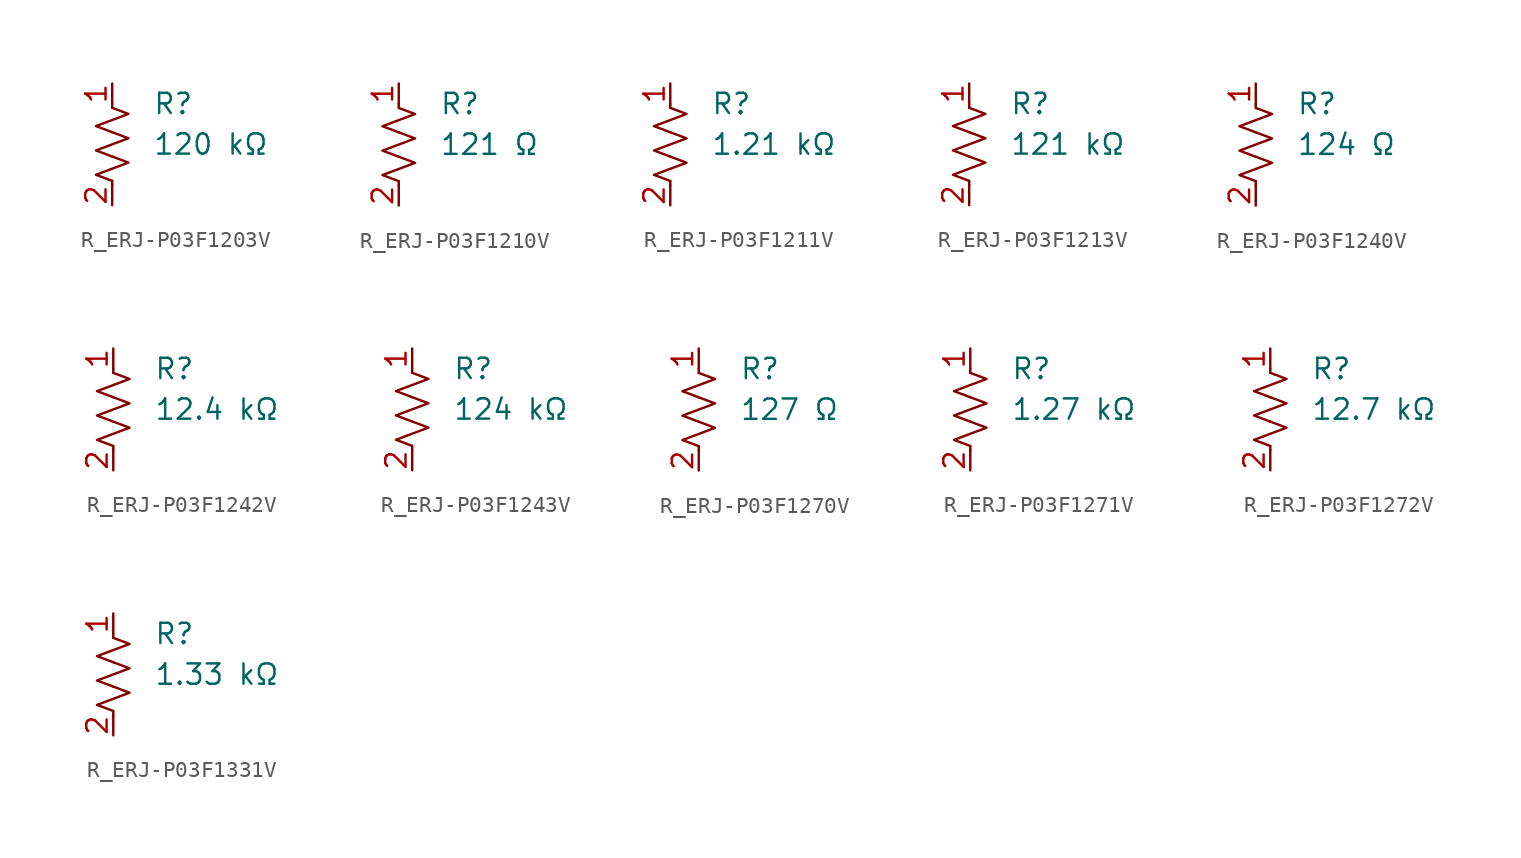
<source format=kicad_sym>
(kicad_symbol_lib
  (version 20231120)
  (generator "kicad_symbol_editor")
  (generator_version "8.0")
  (symbol "R_ERJ-P03F1203V"
    (pin_names
      (offset 0.254))
    (property "Value" "120 kΩ"
      (at 2.54 0 0)
      (effects (font (size 1.27 1.27)) (justify left)))
    (property "Reference" "R"
      (at 2.54 2.54 0)
      (effects (font (size 1.27 1.27)) (justify left)))
    (symbol "R_ERJ-P03F1203V_0_1"
      (polyline (pts (xy 0 -2.286) (xy 0 -2.54)) (stroke (width 0) (type default)) (fill (type none)))
      (polyline (pts (xy 0 2.286) (xy 0 2.54)) (stroke (width 0) (type default)) (fill (type none)))
      (polyline (pts (xy 0 -0.762) (xy 1.016 -1.143) (xy 0 -1.524) (xy -1.016 -1.905) (xy 0 -2.286)) (stroke (width 0) (type default)) (fill (type none)))
      (polyline (pts (xy 0 0.762) (xy 1.016 0.381) (xy 0 0) (xy -1.016 -0.381) (xy 0 -0.762)) (stroke (width 0) (type default)) (fill (type none)))
      (polyline (pts (xy 0 2.286) (xy 1.016 1.905) (xy 0 1.524) (xy -1.016 1.143) (xy 0 0.762)) (stroke (width 0) (type default)) (fill (type none))))
    (symbol "R_ERJ-P03F1203V_1_1"
      (pin passive line (at 0 3.81 270) (length 1.27) (name "~" (effects (font (size 1.27 1.27)))) (number "1" (effects (font (size 1.27 1.27)))))
      (pin passive line (at 0 -3.81 90) (length 1.27) (name "~" (effects (font (size 1.27 1.27)))) (number "2" (effects (font (size 1.27 1.27)))))))
  (symbol "R_ERJ-P03F1210V"
    (pin_names
      (offset 0.254))
    (property "Value" "121 Ω"
      (at 2.54 0 0)
      (effects (font (size 1.27 1.27)) (justify left)))
    (property "Reference" "R"
      (at 2.54 2.54 0)
      (effects (font (size 1.27 1.27)) (justify left)))
    (symbol "R_ERJ-P03F1210V_0_1"
      (polyline (pts (xy 0 -2.286) (xy 0 -2.54)) (stroke (width 0) (type default)) (fill (type none)))
      (polyline (pts (xy 0 2.286) (xy 0 2.54)) (stroke (width 0) (type default)) (fill (type none)))
      (polyline (pts (xy 0 -0.762) (xy 1.016 -1.143) (xy 0 -1.524) (xy -1.016 -1.905) (xy 0 -2.286)) (stroke (width 0) (type default)) (fill (type none)))
      (polyline (pts (xy 0 0.762) (xy 1.016 0.381) (xy 0 0) (xy -1.016 -0.381) (xy 0 -0.762)) (stroke (width 0) (type default)) (fill (type none)))
      (polyline (pts (xy 0 2.286) (xy 1.016 1.905) (xy 0 1.524) (xy -1.016 1.143) (xy 0 0.762)) (stroke (width 0) (type default)) (fill (type none))))
    (symbol "R_ERJ-P03F1210V_1_1"
      (pin passive line (at 0 3.81 270) (length 1.27) (name "~" (effects (font (size 1.27 1.27)))) (number "1" (effects (font (size 1.27 1.27)))))
      (pin passive line (at 0 -3.81 90) (length 1.27) (name "~" (effects (font (size 1.27 1.27)))) (number "2" (effects (font (size 1.27 1.27)))))))
  (symbol "R_ERJ-P03F1211V"
    (pin_names
      (offset 0.254))
    (property "Value" "1.21 kΩ"
      (at 2.54 0 0)
      (effects (font (size 1.27 1.27)) (justify left)))
    (property "Reference" "R"
      (at 2.54 2.54 0)
      (effects (font (size 1.27 1.27)) (justify left)))
    (symbol "R_ERJ-P03F1211V_0_1"
      (polyline (pts (xy 0 -2.286) (xy 0 -2.54)) (stroke (width 0) (type default)) (fill (type none)))
      (polyline (pts (xy 0 2.286) (xy 0 2.54)) (stroke (width 0) (type default)) (fill (type none)))
      (polyline (pts (xy 0 -0.762) (xy 1.016 -1.143) (xy 0 -1.524) (xy -1.016 -1.905) (xy 0 -2.286)) (stroke (width 0) (type default)) (fill (type none)))
      (polyline (pts (xy 0 0.762) (xy 1.016 0.381) (xy 0 0) (xy -1.016 -0.381) (xy 0 -0.762)) (stroke (width 0) (type default)) (fill (type none)))
      (polyline (pts (xy 0 2.286) (xy 1.016 1.905) (xy 0 1.524) (xy -1.016 1.143) (xy 0 0.762)) (stroke (width 0) (type default)) (fill (type none))))
    (symbol "R_ERJ-P03F1211V_1_1"
      (pin passive line (at 0 3.81 270) (length 1.27) (name "~" (effects (font (size 1.27 1.27)))) (number "1" (effects (font (size 1.27 1.27)))))
      (pin passive line (at 0 -3.81 90) (length 1.27) (name "~" (effects (font (size 1.27 1.27)))) (number "2" (effects (font (size 1.27 1.27)))))))
  (symbol "R_ERJ-P03F1213V"
    (pin_names
      (offset 0.254))
    (property "Value" "121 kΩ"
      (at 2.54 0 0)
      (effects (font (size 1.27 1.27)) (justify left)))
    (property "Reference" "R"
      (at 2.54 2.54 0)
      (effects (font (size 1.27 1.27)) (justify left)))
    (symbol "R_ERJ-P03F1213V_0_1"
      (polyline (pts (xy 0 -2.286) (xy 0 -2.54)) (stroke (width 0) (type default)) (fill (type none)))
      (polyline (pts (xy 0 2.286) (xy 0 2.54)) (stroke (width 0) (type default)) (fill (type none)))
      (polyline (pts (xy 0 -0.762) (xy 1.016 -1.143) (xy 0 -1.524) (xy -1.016 -1.905) (xy 0 -2.286)) (stroke (width 0) (type default)) (fill (type none)))
      (polyline (pts (xy 0 0.762) (xy 1.016 0.381) (xy 0 0) (xy -1.016 -0.381) (xy 0 -0.762)) (stroke (width 0) (type default)) (fill (type none)))
      (polyline (pts (xy 0 2.286) (xy 1.016 1.905) (xy 0 1.524) (xy -1.016 1.143) (xy 0 0.762)) (stroke (width 0) (type default)) (fill (type none))))
    (symbol "R_ERJ-P03F1213V_1_1"
      (pin passive line (at 0 3.81 270) (length 1.27) (name "~" (effects (font (size 1.27 1.27)))) (number "1" (effects (font (size 1.27 1.27)))))
      (pin passive line (at 0 -3.81 90) (length 1.27) (name "~" (effects (font (size 1.27 1.27)))) (number "2" (effects (font (size 1.27 1.27)))))))
  (symbol "R_ERJ-P03F1240V"
    (pin_names
      (offset 0.254))
    (property "Value" "124 Ω"
      (at 2.54 0 0)
      (effects (font (size 1.27 1.27)) (justify left)))
    (property "Reference" "R"
      (at 2.54 2.54 0)
      (effects (font (size 1.27 1.27)) (justify left)))
    (symbol "R_ERJ-P03F1240V_0_1"
      (polyline (pts (xy 0 -2.286) (xy 0 -2.54)) (stroke (width 0) (type default)) (fill (type none)))
      (polyline (pts (xy 0 2.286) (xy 0 2.54)) (stroke (width 0) (type default)) (fill (type none)))
      (polyline (pts (xy 0 -0.762) (xy 1.016 -1.143) (xy 0 -1.524) (xy -1.016 -1.905) (xy 0 -2.286)) (stroke (width 0) (type default)) (fill (type none)))
      (polyline (pts (xy 0 0.762) (xy 1.016 0.381) (xy 0 0) (xy -1.016 -0.381) (xy 0 -0.762)) (stroke (width 0) (type default)) (fill (type none)))
      (polyline (pts (xy 0 2.286) (xy 1.016 1.905) (xy 0 1.524) (xy -1.016 1.143) (xy 0 0.762)) (stroke (width 0) (type default)) (fill (type none))))
    (symbol "R_ERJ-P03F1240V_1_1"
      (pin passive line (at 0 3.81 270) (length 1.27) (name "~" (effects (font (size 1.27 1.27)))) (number "1" (effects (font (size 1.27 1.27)))))
      (pin passive line (at 0 -3.81 90) (length 1.27) (name "~" (effects (font (size 1.27 1.27)))) (number "2" (effects (font (size 1.27 1.27)))))))
  (symbol "R_ERJ-P03F1242V"
    (pin_names
      (offset 0.254))
    (property "Value" "12.4 kΩ"
      (at 2.54 0 0)
      (effects (font (size 1.27 1.27)) (justify left)))
    (property "Reference" "R"
      (at 2.54 2.54 0)
      (effects (font (size 1.27 1.27)) (justify left)))
    (symbol "R_ERJ-P03F1242V_0_1"
      (polyline (pts (xy 0 -2.286) (xy 0 -2.54)) (stroke (width 0) (type default)) (fill (type none)))
      (polyline (pts (xy 0 2.286) (xy 0 2.54)) (stroke (width 0) (type default)) (fill (type none)))
      (polyline (pts (xy 0 -0.762) (xy 1.016 -1.143) (xy 0 -1.524) (xy -1.016 -1.905) (xy 0 -2.286)) (stroke (width 0) (type default)) (fill (type none)))
      (polyline (pts (xy 0 0.762) (xy 1.016 0.381) (xy 0 0) (xy -1.016 -0.381) (xy 0 -0.762)) (stroke (width 0) (type default)) (fill (type none)))
      (polyline (pts (xy 0 2.286) (xy 1.016 1.905) (xy 0 1.524) (xy -1.016 1.143) (xy 0 0.762)) (stroke (width 0) (type default)) (fill (type none))))
    (symbol "R_ERJ-P03F1242V_1_1"
      (pin passive line (at 0 3.81 270) (length 1.27) (name "~" (effects (font (size 1.27 1.27)))) (number "1" (effects (font (size 1.27 1.27)))))
      (pin passive line (at 0 -3.81 90) (length 1.27) (name "~" (effects (font (size 1.27 1.27)))) (number "2" (effects (font (size 1.27 1.27)))))))
  (symbol "R_ERJ-P03F1243V"
    (pin_names
      (offset 0.254))
    (property "Value" "124 kΩ"
      (at 2.54 0 0)
      (effects (font (size 1.27 1.27)) (justify left)))
    (property "Reference" "R"
      (at 2.54 2.54 0)
      (effects (font (size 1.27 1.27)) (justify left)))
    (symbol "R_ERJ-P03F1243V_0_1"
      (polyline (pts (xy 0 -2.286) (xy 0 -2.54)) (stroke (width 0) (type default)) (fill (type none)))
      (polyline (pts (xy 0 2.286) (xy 0 2.54)) (stroke (width 0) (type default)) (fill (type none)))
      (polyline (pts (xy 0 -0.762) (xy 1.016 -1.143) (xy 0 -1.524) (xy -1.016 -1.905) (xy 0 -2.286)) (stroke (width 0) (type default)) (fill (type none)))
      (polyline (pts (xy 0 0.762) (xy 1.016 0.381) (xy 0 0) (xy -1.016 -0.381) (xy 0 -0.762)) (stroke (width 0) (type default)) (fill (type none)))
      (polyline (pts (xy 0 2.286) (xy 1.016 1.905) (xy 0 1.524) (xy -1.016 1.143) (xy 0 0.762)) (stroke (width 0) (type default)) (fill (type none))))
    (symbol "R_ERJ-P03F1243V_1_1"
      (pin passive line (at 0 3.81 270) (length 1.27) (name "~" (effects (font (size 1.27 1.27)))) (number "1" (effects (font (size 1.27 1.27)))))
      (pin passive line (at 0 -3.81 90) (length 1.27) (name "~" (effects (font (size 1.27 1.27)))) (number "2" (effects (font (size 1.27 1.27)))))))
  (symbol "R_ERJ-P03F1270V"
    (pin_names
      (offset 0.254))
    (property "Value" "127 Ω"
      (at 2.54 0 0)
      (effects (font (size 1.27 1.27)) (justify left)))
    (property "Reference" "R"
      (at 2.54 2.54 0)
      (effects (font (size 1.27 1.27)) (justify left)))
    (symbol "R_ERJ-P03F1270V_0_1"
      (polyline (pts (xy 0 -2.286) (xy 0 -2.54)) (stroke (width 0) (type default)) (fill (type none)))
      (polyline (pts (xy 0 2.286) (xy 0 2.54)) (stroke (width 0) (type default)) (fill (type none)))
      (polyline (pts (xy 0 -0.762) (xy 1.016 -1.143) (xy 0 -1.524) (xy -1.016 -1.905) (xy 0 -2.286)) (stroke (width 0) (type default)) (fill (type none)))
      (polyline (pts (xy 0 0.762) (xy 1.016 0.381) (xy 0 0) (xy -1.016 -0.381) (xy 0 -0.762)) (stroke (width 0) (type default)) (fill (type none)))
      (polyline (pts (xy 0 2.286) (xy 1.016 1.905) (xy 0 1.524) (xy -1.016 1.143) (xy 0 0.762)) (stroke (width 0) (type default)) (fill (type none))))
    (symbol "R_ERJ-P03F1270V_1_1"
      (pin passive line (at 0 3.81 270) (length 1.27) (name "~" (effects (font (size 1.27 1.27)))) (number "1" (effects (font (size 1.27 1.27)))))
      (pin passive line (at 0 -3.81 90) (length 1.27) (name "~" (effects (font (size 1.27 1.27)))) (number "2" (effects (font (size 1.27 1.27)))))))
  (symbol "R_ERJ-P03F1271V"
    (pin_names
      (offset 0.254))
    (property "Value" "1.27 kΩ"
      (at 2.54 0 0)
      (effects (font (size 1.27 1.27)) (justify left)))
    (property "Reference" "R"
      (at 2.54 2.54 0)
      (effects (font (size 1.27 1.27)) (justify left)))
    (symbol "R_ERJ-P03F1271V_0_1"
      (polyline (pts (xy 0 -2.286) (xy 0 -2.54)) (stroke (width 0) (type default)) (fill (type none)))
      (polyline (pts (xy 0 2.286) (xy 0 2.54)) (stroke (width 0) (type default)) (fill (type none)))
      (polyline (pts (xy 0 -0.762) (xy 1.016 -1.143) (xy 0 -1.524) (xy -1.016 -1.905) (xy 0 -2.286)) (stroke (width 0) (type default)) (fill (type none)))
      (polyline (pts (xy 0 0.762) (xy 1.016 0.381) (xy 0 0) (xy -1.016 -0.381) (xy 0 -0.762)) (stroke (width 0) (type default)) (fill (type none)))
      (polyline (pts (xy 0 2.286) (xy 1.016 1.905) (xy 0 1.524) (xy -1.016 1.143) (xy 0 0.762)) (stroke (width 0) (type default)) (fill (type none))))
    (symbol "R_ERJ-P03F1271V_1_1"
      (pin passive line (at 0 3.81 270) (length 1.27) (name "~" (effects (font (size 1.27 1.27)))) (number "1" (effects (font (size 1.27 1.27)))))
      (pin passive line (at 0 -3.81 90) (length 1.27) (name "~" (effects (font (size 1.27 1.27)))) (number "2" (effects (font (size 1.27 1.27)))))))
  (symbol "R_ERJ-P03F1272V"
    (pin_names
      (offset 0.254))
    (property "Value" "12.7 kΩ"
      (at 2.54 0 0)
      (effects (font (size 1.27 1.27)) (justify left)))
    (property "Reference" "R"
      (at 2.54 2.54 0)
      (effects (font (size 1.27 1.27)) (justify left)))
    (symbol "R_ERJ-P03F1272V_0_1"
      (polyline (pts (xy 0 -2.286) (xy 0 -2.54)) (stroke (width 0) (type default)) (fill (type none)))
      (polyline (pts (xy 0 2.286) (xy 0 2.54)) (stroke (width 0) (type default)) (fill (type none)))
      (polyline (pts (xy 0 -0.762) (xy 1.016 -1.143) (xy 0 -1.524) (xy -1.016 -1.905) (xy 0 -2.286)) (stroke (width 0) (type default)) (fill (type none)))
      (polyline (pts (xy 0 0.762) (xy 1.016 0.381) (xy 0 0) (xy -1.016 -0.381) (xy 0 -0.762)) (stroke (width 0) (type default)) (fill (type none)))
      (polyline (pts (xy 0 2.286) (xy 1.016 1.905) (xy 0 1.524) (xy -1.016 1.143) (xy 0 0.762)) (stroke (width 0) (type default)) (fill (type none))))
    (symbol "R_ERJ-P03F1272V_1_1"
      (pin passive line (at 0 3.81 270) (length 1.27) (name "~" (effects (font (size 1.27 1.27)))) (number "1" (effects (font (size 1.27 1.27)))))
      (pin passive line (at 0 -3.81 90) (length 1.27) (name "~" (effects (font (size 1.27 1.27)))) (number "2" (effects (font (size 1.27 1.27)))))))
  (symbol "R_ERJ-P03F1331V"
    (pin_names
      (offset 0.254))
    (property "Value" "1.33 kΩ"
      (at 2.54 0 0)
      (effects (font (size 1.27 1.27)) (justify left)))
    (property "Reference" "R"
      (at 2.54 2.54 0)
      (effects (font (size 1.27 1.27)) (justify left)))
    (symbol "R_ERJ-P03F1331V_0_1"
      (polyline (pts (xy 0 -2.286) (xy 0 -2.54)) (stroke (width 0) (type default)) (fill (type none)))
      (polyline (pts (xy 0 2.286) (xy 0 2.54)) (stroke (width 0) (type default)) (fill (type none)))
      (polyline (pts (xy 0 -0.762) (xy 1.016 -1.143) (xy 0 -1.524) (xy -1.016 -1.905) (xy 0 -2.286)) (stroke (width 0) (type default)) (fill (type none)))
      (polyline (pts (xy 0 0.762) (xy 1.016 0.381) (xy 0 0) (xy -1.016 -0.381) (xy 0 -0.762)) (stroke (width 0) (type default)) (fill (type none)))
      (polyline (pts (xy 0 2.286) (xy 1.016 1.905) (xy 0 1.524) (xy -1.016 1.143) (xy 0 0.762)) (stroke (width 0) (type default)) (fill (type none))))
    (symbol "R_ERJ-P03F1331V_1_1"
      (pin passive line (at 0 3.81 270) (length 1.27) (name "~" (effects (font (size 1.27 1.27)))) (number "1" (effects (font (size 1.27 1.27)))))
      (pin passive line (at 0 -3.81 90) (length 1.27) (name "~" (effects (font (size 1.27 1.27)))) (number "2" (effects (font (size 1.27 1.27))))))))
</source>
